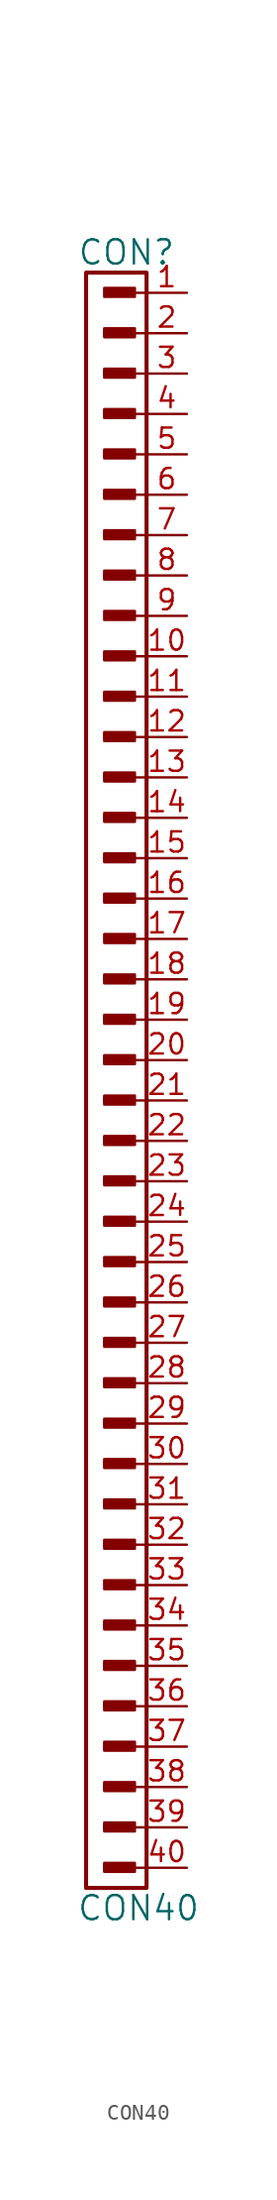
<source format=kicad_sym>
(kicad_symbol_lib
  (version 20211014)
  (generator kicad_symbol_editor)
  (symbol "CON40"
    (pin_names
      (offset 1.016))
    (property "Reference" "CON"
      (at -1.27 50.8 0)
      (effects (font (size 1.524 1.524))))
    (property "Value" "CON40"
      (at -0.508 -53.34 0)
      (effects (font (size 1.524 1.524))))
    (property "Footprint" ""
      (at -1.905 46.99 0)
      (effects (font (size 1.524 1.524))))
    (property "Datasheet" ""
      (at -1.905 46.99 0)
      (effects (font (size 1.524 1.524))))
    (symbol "CON40_0_0"
      (rectangle (start -2.642 -50.952) (end -0.864 -50.597) (stroke (width 0) (type default) (color 0 0 0 0)) (fill (type none)))
      (rectangle (start -2.642 -48.412) (end -0.864 -48.057) (stroke (width 0) (type default) (color 0 0 0 0)) (fill (type none)))
      (rectangle (start -2.642 -45.872) (end -0.864 -45.517) (stroke (width 0) (type default) (color 0 0 0 0)) (fill (type none)))
      (rectangle (start -2.642 -43.332) (end -0.864 -42.977) (stroke (width 0) (type default) (color 0 0 0 0)) (fill (type none)))
      (rectangle (start -2.642 -40.792) (end -0.864 -40.437) (stroke (width 0) (type default) (color 0 0 0 0)) (fill (type none)))
      (rectangle (start -2.642 -38.252) (end -0.864 -37.897) (stroke (width 0) (type default) (color 0 0 0 0)) (fill (type none)))
      (rectangle (start -2.642 -35.712) (end -0.864 -35.357) (stroke (width 0) (type default) (color 0 0 0 0)) (fill (type none)))
      (rectangle (start -2.642 -30.632) (end -0.864 -30.277) (stroke (width 0) (type default) (color 0 0 0 0)) (fill (type none)))
      (rectangle (start -2.642 -28.092) (end -0.864 -27.737) (stroke (width 0) (type default) (color 0 0 0 0)) (fill (type none)))
      (rectangle (start -2.642 -25.552) (end -0.864 -25.197) (stroke (width 0) (type default) (color 0 0 0 0)) (fill (type none)))
      (rectangle (start -2.642 -23.012) (end -0.864 -22.657) (stroke (width 0) (type default) (color 0 0 0 0)) (fill (type none)))
      (rectangle (start -2.642 -20.472) (end -0.864 -20.117) (stroke (width 0) (type default) (color 0 0 0 0)) (fill (type none)))
      (rectangle (start -2.642 -17.932) (end -0.864 -17.577) (stroke (width 0) (type default) (color 0 0 0 0)) (fill (type none)))
      (rectangle (start -2.642 -15.392) (end -0.864 -15.037) (stroke (width 0) (type default) (color 0 0 0 0)) (fill (type none)))
      (rectangle (start -2.642 -10.312) (end -0.864 -9.957) (stroke (width 0) (type default) (color 0 0 0 0)) (fill (type none)))
      (rectangle (start -2.642 -7.772) (end -0.864 -7.417) (stroke (width 0) (type default) (color 0 0 0 0)) (fill (type none)))
      (rectangle (start -2.642 -5.232) (end -0.864 -4.877) (stroke (width 0) (type default) (color 0 0 0 0)) (fill (type none)))
      (rectangle (start -2.642 -2.692) (end -0.864 -2.337) (stroke (width 0) (type default) (color 0 0 0 0)) (fill (type none)))
      (rectangle (start -2.642 -0.152) (end -0.864 0.203) (stroke (width 0) (type default) (color 0 0 0 0)) (fill (type none)))
      (rectangle (start -2.642 2.388) (end -0.864 2.743) (stroke (width 0) (type default) (color 0 0 0 0)) (fill (type none)))
      (rectangle (start -2.642 4.928) (end -0.864 5.283) (stroke (width 0) (type default) (color 0 0 0 0)) (fill (type none)))
      (rectangle (start -2.642 10.008) (end -0.864 10.363) (stroke (width 0) (type default) (color 0 0 0 0)) (fill (type none)))
      (rectangle (start -2.642 12.548) (end -0.864 12.903) (stroke (width 0) (type default) (color 0 0 0 0)) (fill (type none)))
      (rectangle (start -2.642 15.088) (end -0.864 15.443) (stroke (width 0) (type default) (color 0 0 0 0)) (fill (type none)))
      (rectangle (start -2.642 17.628) (end -0.864 17.983) (stroke (width 0) (type default) (color 0 0 0 0)) (fill (type none)))
      (rectangle (start -2.642 20.168) (end -0.864 20.523) (stroke (width 0) (type default) (color 0 0 0 0)) (fill (type none)))
      (rectangle (start -2.642 22.708) (end -0.864 23.063) (stroke (width 0) (type default) (color 0 0 0 0)) (fill (type none)))
      (rectangle (start -2.642 25.248) (end -0.864 25.603) (stroke (width 0) (type default) (color 0 0 0 0)) (fill (type none)))
      (rectangle (start -2.642 30.328) (end -0.864 30.683) (stroke (width 0) (type default) (color 0 0 0 0)) (fill (type none)))
      (rectangle (start -2.642 32.868) (end -0.864 33.223) (stroke (width 0) (type default) (color 0 0 0 0)) (fill (type none)))
      (rectangle (start -2.642 35.408) (end -0.864 35.763) (stroke (width 0) (type default) (color 0 0 0 0)) (fill (type none)))
      (rectangle (start -2.642 37.948) (end -0.864 38.303) (stroke (width 0) (type default) (color 0 0 0 0)) (fill (type none)))
      (rectangle (start -2.642 40.488) (end -0.864 40.843) (stroke (width 0) (type default) (color 0 0 0 0)) (fill (type none)))
      (rectangle (start -2.642 43.028) (end -0.864 43.383) (stroke (width 0) (type default) (color 0 0 0 0)) (fill (type none)))
      (rectangle (start -2.642 45.568) (end -0.864 45.923) (stroke (width 0) (type default) (color 0 0 0 0)) (fill (type none)))
      (rectangle (start -2.616 -50.851) (end -0.965 -50.749) (stroke (width 0) (type default) (color 0 0 0 0)) (fill (type none)))
      (rectangle (start -2.616 -48.311) (end -0.965 -48.209) (stroke (width 0) (type default) (color 0 0 0 0)) (fill (type none)))
      (rectangle (start -2.616 -45.771) (end -0.965 -45.669) (stroke (width 0) (type default) (color 0 0 0 0)) (fill (type none)))
      (rectangle (start -2.616 -43.231) (end -0.965 -43.129) (stroke (width 0) (type default) (color 0 0 0 0)) (fill (type none)))
      (rectangle (start -2.616 -40.691) (end -0.965 -40.589) (stroke (width 0) (type default) (color 0 0 0 0)) (fill (type none)))
      (rectangle (start -2.616 -38.151) (end -0.965 -38.049) (stroke (width 0) (type default) (color 0 0 0 0)) (fill (type none)))
      (rectangle (start -2.616 -35.611) (end -0.965 -35.509) (stroke (width 0) (type default) (color 0 0 0 0)) (fill (type none)))
      (rectangle (start -2.616 -33.172) (end -0.838 -32.817) (stroke (width 0) (type default) (color 0 0 0 0)) (fill (type none)))
      (rectangle (start -2.616 -30.531) (end -0.965 -30.429) (stroke (width 0) (type default) (color 0 0 0 0)) (fill (type none)))
      (rectangle (start -2.616 -27.991) (end -0.965 -27.889) (stroke (width 0) (type default) (color 0 0 0 0)) (fill (type none)))
      (rectangle (start -2.616 -25.451) (end -0.965 -25.349) (stroke (width 0) (type default) (color 0 0 0 0)) (fill (type none)))
      (rectangle (start -2.616 -22.911) (end -0.965 -22.809) (stroke (width 0) (type default) (color 0 0 0 0)) (fill (type none)))
      (rectangle (start -2.616 -20.371) (end -0.965 -20.269) (stroke (width 0) (type default) (color 0 0 0 0)) (fill (type none)))
      (rectangle (start -2.616 -17.831) (end -0.965 -17.729) (stroke (width 0) (type default) (color 0 0 0 0)) (fill (type none)))
      (rectangle (start -2.616 -15.291) (end -0.965 -15.189) (stroke (width 0) (type default) (color 0 0 0 0)) (fill (type none)))
      (rectangle (start -2.616 -12.852) (end -0.838 -12.497) (stroke (width 0) (type default) (color 0 0 0 0)) (fill (type none)))
      (rectangle (start -2.616 -10.211) (end -0.965 -10.109) (stroke (width 0) (type default) (color 0 0 0 0)) (fill (type none)))
      (rectangle (start -2.616 -7.671) (end -0.965 -7.569) (stroke (width 0) (type default) (color 0 0 0 0)) (fill (type none)))
      (rectangle (start -2.616 -5.131) (end -0.965 -5.029) (stroke (width 0) (type default) (color 0 0 0 0)) (fill (type none)))
      (rectangle (start -2.616 -2.591) (end -0.965 -2.489) (stroke (width 0) (type default) (color 0 0 0 0)) (fill (type none)))
      (rectangle (start -2.616 -0.051) (end -0.965 0.051) (stroke (width 0) (type default) (color 0 0 0 0)) (fill (type none)))
      (rectangle (start -2.616 2.489) (end -0.965 2.591) (stroke (width 0) (type default) (color 0 0 0 0)) (fill (type none)))
      (rectangle (start -2.616 5.029) (end -0.965 5.131) (stroke (width 0) (type default) (color 0 0 0 0)) (fill (type none)))
      (rectangle (start -2.616 7.468) (end -0.838 7.823) (stroke (width 0) (type default) (color 0 0 0 0)) (fill (type none)))
      (rectangle (start -2.616 10.109) (end -0.965 10.211) (stroke (width 0) (type default) (color 0 0 0 0)) (fill (type none)))
      (rectangle (start -2.616 12.649) (end -0.965 12.751) (stroke (width 0) (type default) (color 0 0 0 0)) (fill (type none)))
      (rectangle (start -2.616 15.189) (end -0.965 15.291) (stroke (width 0) (type default) (color 0 0 0 0)) (fill (type none)))
      (rectangle (start -2.616 17.729) (end -0.965 17.831) (stroke (width 0) (type default) (color 0 0 0 0)) (fill (type none)))
      (rectangle (start -2.616 20.269) (end -0.965 20.371) (stroke (width 0) (type default) (color 0 0 0 0)) (fill (type none)))
      (rectangle (start -2.616 22.809) (end -0.965 22.911) (stroke (width 0) (type default) (color 0 0 0 0)) (fill (type none)))
      (rectangle (start -2.616 25.349) (end -0.965 25.451) (stroke (width 0) (type default) (color 0 0 0 0)) (fill (type none)))
      (rectangle (start -2.616 27.788) (end -0.838 28.143) (stroke (width 0) (type default) (color 0 0 0 0)) (fill (type none)))
      (rectangle (start -2.616 30.429) (end -0.965 30.531) (stroke (width 0) (type default) (color 0 0 0 0)) (fill (type none)))
      (rectangle (start -2.616 32.969) (end -0.965 33.071) (stroke (width 0) (type default) (color 0 0 0 0)) (fill (type none)))
      (rectangle (start -2.616 35.509) (end -0.965 35.611) (stroke (width 0) (type default) (color 0 0 0 0)) (fill (type none)))
      (rectangle (start -2.616 38.049) (end -0.965 38.151) (stroke (width 0) (type default) (color 0 0 0 0)) (fill (type none)))
      (rectangle (start -2.616 40.589) (end -0.965 40.691) (stroke (width 0) (type default) (color 0 0 0 0)) (fill (type none)))
      (rectangle (start -2.616 43.129) (end -0.965 43.231) (stroke (width 0) (type default) (color 0 0 0 0)) (fill (type none)))
      (rectangle (start -2.616 45.669) (end -0.965 45.771) (stroke (width 0) (type default) (color 0 0 0 0)) (fill (type none)))
      (rectangle (start -2.616 48.108) (end -0.838 48.463) (stroke (width 0) (type default) (color 0 0 0 0)) (fill (type none)))
      (rectangle (start -2.591 -33.045) (end -0.94 -32.944) (stroke (width 0) (type default) (color 0 0 0 0)) (fill (type none)))
      (rectangle (start -2.591 -12.725) (end -0.94 -12.624) (stroke (width 0) (type default) (color 0 0 0 0)) (fill (type none)))
      (rectangle (start -2.591 7.595) (end -0.94 7.696) (stroke (width 0) (type default) (color 0 0 0 0)) (fill (type none)))
      (rectangle (start -2.591 27.915) (end -0.94 28.016) (stroke (width 0) (type default) (color 0 0 0 0)) (fill (type none)))
      (rectangle (start -2.591 48.235) (end -0.94 48.336) (stroke (width 0) (type default) (color 0 0 0 0)) (fill (type none)))
      (rectangle (start -0.965 -50.673) (end -2.642 -50.876) (stroke (width 0) (type default) (color 0 0 0 0)) (fill (type none)))
      (rectangle (start -0.965 -48.133) (end -2.642 -48.336) (stroke (width 0) (type default) (color 0 0 0 0)) (fill (type none)))
      (rectangle (start -0.965 -45.593) (end -2.642 -45.796) (stroke (width 0) (type default) (color 0 0 0 0)) (fill (type none)))
      (rectangle (start -0.965 -43.053) (end -2.642 -43.256) (stroke (width 0) (type default) (color 0 0 0 0)) (fill (type none)))
      (rectangle (start -0.965 -40.513) (end -2.642 -40.716) (stroke (width 0) (type default) (color 0 0 0 0)) (fill (type none)))
      (rectangle (start -0.965 -37.973) (end -2.642 -38.176) (stroke (width 0) (type default) (color 0 0 0 0)) (fill (type none)))
      (rectangle (start -0.965 -35.433) (end -2.642 -35.636) (stroke (width 0) (type default) (color 0 0 0 0)) (fill (type none)))
      (rectangle (start -0.965 -30.353) (end -2.642 -30.556) (stroke (width 0) (type default) (color 0 0 0 0)) (fill (type none)))
      (rectangle (start -0.965 -27.813) (end -2.642 -28.016) (stroke (width 0) (type default) (color 0 0 0 0)) (fill (type none)))
      (rectangle (start -0.965 -25.273) (end -2.642 -25.476) (stroke (width 0) (type default) (color 0 0 0 0)) (fill (type none)))
      (rectangle (start -0.965 -22.733) (end -2.642 -22.936) (stroke (width 0) (type default) (color 0 0 0 0)) (fill (type none)))
      (rectangle (start -0.965 -20.193) (end -2.642 -20.396) (stroke (width 0) (type default) (color 0 0 0 0)) (fill (type none)))
      (rectangle (start -0.965 -17.653) (end -2.642 -17.856) (stroke (width 0) (type default) (color 0 0 0 0)) (fill (type none)))
      (rectangle (start -0.965 -15.113) (end -2.642 -15.316) (stroke (width 0) (type default) (color 0 0 0 0)) (fill (type none)))
      (rectangle (start -0.965 -10.033) (end -2.642 -10.236) (stroke (width 0) (type default) (color 0 0 0 0)) (fill (type none)))
      (rectangle (start -0.965 -7.493) (end -2.642 -7.696) (stroke (width 0) (type default) (color 0 0 0 0)) (fill (type none)))
      (rectangle (start -0.965 -4.953) (end -2.642 -5.156) (stroke (width 0) (type default) (color 0 0 0 0)) (fill (type none)))
      (rectangle (start -0.965 -2.413) (end -2.642 -2.616) (stroke (width 0) (type default) (color 0 0 0 0)) (fill (type none)))
      (rectangle (start -0.965 0.127) (end -2.642 -0.076) (stroke (width 0) (type default) (color 0 0 0 0)) (fill (type none)))
      (rectangle (start -0.965 2.667) (end -2.642 2.464) (stroke (width 0) (type default) (color 0 0 0 0)) (fill (type none)))
      (rectangle (start -0.965 5.207) (end -2.642 5.004) (stroke (width 0) (type default) (color 0 0 0 0)) (fill (type none)))
      (rectangle (start -0.965 10.287) (end -2.642 10.084) (stroke (width 0) (type default) (color 0 0 0 0)) (fill (type none)))
      (rectangle (start -0.965 12.827) (end -2.642 12.624) (stroke (width 0) (type default) (color 0 0 0 0)) (fill (type none)))
      (rectangle (start -0.965 15.367) (end -2.642 15.164) (stroke (width 0) (type default) (color 0 0 0 0)) (fill (type none)))
      (rectangle (start -0.965 17.907) (end -2.642 17.704) (stroke (width 0) (type default) (color 0 0 0 0)) (fill (type none)))
      (rectangle (start -0.965 20.447) (end -2.642 20.244) (stroke (width 0) (type default) (color 0 0 0 0)) (fill (type none)))
      (rectangle (start -0.965 22.987) (end -2.642 22.784) (stroke (width 0) (type default) (color 0 0 0 0)) (fill (type none)))
      (rectangle (start -0.965 25.527) (end -2.642 25.324) (stroke (width 0) (type default) (color 0 0 0 0)) (fill (type none)))
      (rectangle (start -0.965 30.607) (end -2.642 30.404) (stroke (width 0) (type default) (color 0 0 0 0)) (fill (type none)))
      (rectangle (start -0.965 33.147) (end -2.642 32.944) (stroke (width 0) (type default) (color 0 0 0 0)) (fill (type none)))
      (rectangle (start -0.965 35.687) (end -2.642 35.484) (stroke (width 0) (type default) (color 0 0 0 0)) (fill (type none)))
      (rectangle (start -0.965 38.227) (end -2.642 38.024) (stroke (width 0) (type default) (color 0 0 0 0)) (fill (type none)))
      (rectangle (start -0.965 40.767) (end -2.642 40.564) (stroke (width 0) (type default) (color 0 0 0 0)) (fill (type none)))
      (rectangle (start -0.965 43.307) (end -2.642 43.104) (stroke (width 0) (type default) (color 0 0 0 0)) (fill (type none)))
      (rectangle (start -0.965 45.847) (end -2.642 45.644) (stroke (width 0) (type default) (color 0 0 0 0)) (fill (type none)))
      (rectangle (start -0.864 -32.918) (end -2.54 -33.122) (stroke (width 0) (type default) (color 0 0 0 0)) (fill (type none)))
      (rectangle (start -0.864 -12.598) (end -2.54 -12.802) (stroke (width 0) (type default) (color 0 0 0 0)) (fill (type none)))
      (rectangle (start -0.864 7.722) (end -2.54 7.518) (stroke (width 0) (type default) (color 0 0 0 0)) (fill (type none)))
      (rectangle (start -0.864 28.042) (end -2.54 27.838) (stroke (width 0) (type default) (color 0 0 0 0)) (fill (type none)))
      (rectangle (start -0.864 48.362) (end -2.54 48.158) (stroke (width 0) (type default) (color 0 0 0 0)) (fill (type none)))
      (rectangle (start -0.737 -50.495) (end -2.667 -51.054) (stroke (width 0) (type default) (color 0 0 0 0)) (fill (type none)))
      (rectangle (start -0.737 -47.955) (end -2.667 -48.514) (stroke (width 0) (type default) (color 0 0 0 0)) (fill (type none)))
      (rectangle (start -0.737 -45.415) (end -2.667 -45.974) (stroke (width 0) (type default) (color 0 0 0 0)) (fill (type none)))
      (rectangle (start -0.737 -42.875) (end -2.667 -43.434) (stroke (width 0) (type default) (color 0 0 0 0)) (fill (type none)))
      (rectangle (start -0.737 -40.335) (end -2.667 -40.894) (stroke (width 0) (type default) (color 0 0 0 0)) (fill (type none)))
      (rectangle (start -0.737 -37.795) (end -2.667 -38.354) (stroke (width 0) (type default) (color 0 0 0 0)) (fill (type none)))
      (rectangle (start -0.737 -35.255) (end -2.667 -35.814) (stroke (width 0) (type default) (color 0 0 0 0)) (fill (type none)))
      (rectangle (start -0.737 -32.715) (end -2.667 -33.274) (stroke (width 0) (type default) (color 0 0 0 0)) (fill (type none)))
      (rectangle (start -0.737 -30.175) (end -2.667 -30.734) (stroke (width 0) (type default) (color 0 0 0 0)) (fill (type none)))
      (rectangle (start -0.737 -27.635) (end -2.667 -28.194) (stroke (width 0) (type default) (color 0 0 0 0)) (fill (type none)))
      (rectangle (start -0.737 -25.095) (end -2.667 -25.654) (stroke (width 0) (type default) (color 0 0 0 0)) (fill (type none)))
      (rectangle (start -0.737 -22.555) (end -2.667 -23.114) (stroke (width 0) (type default) (color 0 0 0 0)) (fill (type none)))
      (rectangle (start -0.737 -20.015) (end -2.667 -20.574) (stroke (width 0) (type default) (color 0 0 0 0)) (fill (type none)))
      (rectangle (start -0.737 -17.475) (end -2.667 -18.034) (stroke (width 0) (type default) (color 0 0 0 0)) (fill (type none)))
      (rectangle (start -0.737 -14.935) (end -2.667 -15.494) (stroke (width 0) (type default) (color 0 0 0 0)) (fill (type none)))
      (rectangle (start -0.737 -12.395) (end -2.667 -12.954) (stroke (width 0) (type default) (color 0 0 0 0)) (fill (type none)))
      (rectangle (start -0.737 -9.855) (end -2.667 -10.414) (stroke (width 0) (type default) (color 0 0 0 0)) (fill (type none)))
      (rectangle (start -0.737 -7.315) (end -2.667 -7.874) (stroke (width 0) (type default) (color 0 0 0 0)) (fill (type none)))
      (rectangle (start -0.737 -4.775) (end -2.667 -5.334) (stroke (width 0) (type default) (color 0 0 0 0)) (fill (type none)))
      (rectangle (start -0.737 -2.235) (end -2.667 -2.794) (stroke (width 0) (type default) (color 0 0 0 0)) (fill (type none)))
      (rectangle (start -0.737 0.305) (end -2.667 -0.254) (stroke (width 0) (type default) (color 0 0 0 0)) (fill (type none)))
      (rectangle (start -0.737 2.845) (end -2.667 2.286) (stroke (width 0) (type default) (color 0 0 0 0)) (fill (type none)))
      (rectangle (start -0.737 5.385) (end -2.667 4.826) (stroke (width 0) (type default) (color 0 0 0 0)) (fill (type none)))
      (rectangle (start -0.737 7.925) (end -2.667 7.366) (stroke (width 0) (type default) (color 0 0 0 0)) (fill (type none)))
      (rectangle (start -0.737 10.465) (end -2.667 9.906) (stroke (width 0) (type default) (color 0 0 0 0)) (fill (type none)))
      (rectangle (start -0.737 13.005) (end -2.667 12.446) (stroke (width 0) (type default) (color 0 0 0 0)) (fill (type none)))
      (rectangle (start -0.737 15.545) (end -2.667 14.986) (stroke (width 0) (type default) (color 0 0 0 0)) (fill (type none)))
      (rectangle (start -0.737 18.085) (end -2.667 17.526) (stroke (width 0) (type default) (color 0 0 0 0)) (fill (type none)))
      (rectangle (start -0.737 20.625) (end -2.667 20.066) (stroke (width 0) (type default) (color 0 0 0 0)) (fill (type none)))
      (rectangle (start -0.737 23.165) (end -2.667 22.606) (stroke (width 0) (type default) (color 0 0 0 0)) (fill (type none)))
      (rectangle (start -0.737 25.705) (end -2.667 25.146) (stroke (width 0) (type default) (color 0 0 0 0)) (fill (type none)))
      (rectangle (start -0.737 28.245) (end -2.667 27.686) (stroke (width 0) (type default) (color 0 0 0 0)) (fill (type none)))
      (rectangle (start -0.737 30.785) (end -2.667 30.226) (stroke (width 0) (type default) (color 0 0 0 0)) (fill (type none)))
      (rectangle (start -0.737 33.325) (end -2.667 32.766) (stroke (width 0) (type default) (color 0 0 0 0)) (fill (type none)))
      (rectangle (start -0.737 35.865) (end -2.667 35.306) (stroke (width 0) (type default) (color 0 0 0 0)) (fill (type none)))
      (rectangle (start -0.737 38.405) (end -2.667 37.846) (stroke (width 0) (type default) (color 0 0 0 0)) (fill (type none)))
      (rectangle (start -0.737 40.945) (end -2.667 40.386) (stroke (width 0) (type default) (color 0 0 0 0)) (fill (type none)))
      (rectangle (start -0.737 43.485) (end -2.667 42.926) (stroke (width 0) (type default) (color 0 0 0 0)) (fill (type none)))
      (rectangle (start -0.737 46.025) (end -2.667 45.466) (stroke (width 0) (type default) (color 0 0 0 0)) (fill (type none)))
      (rectangle (start -0.737 48.565) (end -2.667 48.006) (stroke (width 0) (type default) (color 0 0 0 0)) (fill (type none)))
      (polyline (pts (xy 0 -50.8) (xy -0.762 -50.8)) (stroke (width 0) (type default) (color 0 0 0 0)) (fill (type none)))
      (polyline (pts (xy 0 -48.26) (xy -0.762 -48.26)) (stroke (width 0) (type default) (color 0 0 0 0)) (fill (type none)))
      (polyline (pts (xy 0 -45.72) (xy -0.762 -45.72)) (stroke (width 0) (type default) (color 0 0 0 0)) (fill (type none)))
      (polyline (pts (xy 0 -43.18) (xy -0.762 -43.18)) (stroke (width 0) (type default) (color 0 0 0 0)) (fill (type none)))
      (polyline (pts (xy 0 -40.64) (xy -0.762 -40.64)) (stroke (width 0) (type default) (color 0 0 0 0)) (fill (type none)))
      (polyline (pts (xy 0 -38.1) (xy -0.762 -38.1)) (stroke (width 0) (type default) (color 0 0 0 0)) (fill (type none)))
      (polyline (pts (xy 0 -35.56) (xy -0.762 -35.56)) (stroke (width 0) (type default) (color 0 0 0 0)) (fill (type none)))
      (polyline (pts (xy 0 -33.02) (xy -0.762 -33.02)) (stroke (width 0) (type default) (color 0 0 0 0)) (fill (type none)))
      (polyline (pts (xy 0 -30.48) (xy -0.762 -30.48)) (stroke (width 0) (type default) (color 0 0 0 0)) (fill (type none)))
      (polyline (pts (xy 0 -27.94) (xy -0.762 -27.94)) (stroke (width 0) (type default) (color 0 0 0 0)) (fill (type none)))
      (polyline (pts (xy 0 -25.4) (xy -0.762 -25.4)) (stroke (width 0) (type default) (color 0 0 0 0)) (fill (type none)))
      (polyline (pts (xy 0 -22.86) (xy -0.762 -22.86)) (stroke (width 0) (type default) (color 0 0 0 0)) (fill (type none)))
      (polyline (pts (xy 0 -20.32) (xy -0.762 -20.32)) (stroke (width 0) (type default) (color 0 0 0 0)) (fill (type none)))
      (polyline (pts (xy 0 -17.78) (xy -0.762 -17.78)) (stroke (width 0) (type default) (color 0 0 0 0)) (fill (type none)))
      (polyline (pts (xy 0 -15.24) (xy -0.762 -15.24)) (stroke (width 0) (type default) (color 0 0 0 0)) (fill (type none)))
      (polyline (pts (xy 0 -12.7) (xy -0.762 -12.7)) (stroke (width 0) (type default) (color 0 0 0 0)) (fill (type none)))
      (polyline (pts (xy 0 -10.16) (xy -0.762 -10.16)) (stroke (width 0) (type default) (color 0 0 0 0)) (fill (type none)))
      (polyline (pts (xy 0 -7.62) (xy -0.762 -7.62)) (stroke (width 0) (type default) (color 0 0 0 0)) (fill (type none)))
      (polyline (pts (xy 0 -5.08) (xy -0.762 -5.08)) (stroke (width 0) (type default) (color 0 0 0 0)) (fill (type none)))
      (polyline (pts (xy 0 -2.54) (xy -0.762 -2.54)) (stroke (width 0) (type default) (color 0 0 0 0)) (fill (type none)))
      (polyline (pts (xy 0 0) (xy -0.762 0)) (stroke (width 0) (type default) (color 0 0 0 0)) (fill (type none)))
      (polyline (pts (xy 0 2.54) (xy -0.762 2.54)) (stroke (width 0) (type default) (color 0 0 0 0)) (fill (type none)))
      (polyline (pts (xy 0 5.08) (xy -0.762 5.08)) (stroke (width 0) (type default) (color 0 0 0 0)) (fill (type none)))
      (polyline (pts (xy 0 7.62) (xy -0.762 7.62)) (stroke (width 0) (type default) (color 0 0 0 0)) (fill (type none)))
      (polyline (pts (xy 0 10.16) (xy -0.762 10.16)) (stroke (width 0) (type default) (color 0 0 0 0)) (fill (type none)))
      (polyline (pts (xy 0 12.7) (xy -0.762 12.7)) (stroke (width 0) (type default) (color 0 0 0 0)) (fill (type none)))
      (polyline (pts (xy 0 15.24) (xy -0.762 15.24)) (stroke (width 0) (type default) (color 0 0 0 0)) (fill (type none)))
      (polyline (pts (xy 0 17.78) (xy -0.762 17.78)) (stroke (width 0) (type default) (color 0 0 0 0)) (fill (type none)))
      (polyline (pts (xy 0 20.32) (xy -0.762 20.32)) (stroke (width 0) (type default) (color 0 0 0 0)) (fill (type none)))
      (polyline (pts (xy 0 22.86) (xy -0.762 22.86)) (stroke (width 0) (type default) (color 0 0 0 0)) (fill (type none)))
      (polyline (pts (xy 0 25.4) (xy -0.762 25.4)) (stroke (width 0) (type default) (color 0 0 0 0)) (fill (type none)))
      (polyline (pts (xy 0 27.94) (xy -0.762 27.94)) (stroke (width 0) (type default) (color 0 0 0 0)) (fill (type none)))
      (polyline (pts (xy 0 30.48) (xy -0.762 30.48)) (stroke (width 0) (type default) (color 0 0 0 0)) (fill (type none)))
      (polyline (pts (xy 0 33.02) (xy -0.762 33.02)) (stroke (width 0) (type default) (color 0 0 0 0)) (fill (type none)))
      (polyline (pts (xy 0 35.56) (xy -0.762 35.56)) (stroke (width 0) (type default) (color 0 0 0 0)) (fill (type none)))
      (polyline (pts (xy 0 38.1) (xy -0.762 38.1)) (stroke (width 0) (type default) (color 0 0 0 0)) (fill (type none)))
      (polyline (pts (xy 0 40.64) (xy -0.762 40.64)) (stroke (width 0) (type default) (color 0 0 0 0)) (fill (type none)))
      (polyline (pts (xy 0 43.18) (xy -0.762 43.18)) (stroke (width 0) (type default) (color 0 0 0 0)) (fill (type none)))
      (polyline (pts (xy 0 45.72) (xy -0.762 45.72)) (stroke (width 0) (type default) (color 0 0 0 0)) (fill (type none)))
      (polyline (pts (xy 0 48.26) (xy -0.762 48.26)) (stroke (width 0) (type default) (color 0 0 0 0)) (fill (type none))))
    (symbol "CON40_0_1"
      (rectangle (start -3.81 49.53) (end 0 -52.07) (stroke (width 0.254) (type default) (color 0 0 0 0)) (fill (type none))))
    (symbol "CON40_1_1"
      (pin passive line (at 2.54 48.26 180) (length 2.54) (name "~" (effects (font (size 1.27 1.27)))) (number "1" (effects (font (size 1.27 1.27)))))
      (pin passive line (at 2.54 25.4 180) (length 2.54) (name "~" (effects (font (size 1.27 1.27)))) (number "10" (effects (font (size 1.27 1.27)))))
      (pin passive line (at 2.54 22.86 180) (length 2.54) (name "~" (effects (font (size 1.27 1.27)))) (number "11" (effects (font (size 1.27 1.27)))))
      (pin passive line (at 2.54 20.32 180) (length 2.54) (name "~" (effects (font (size 1.27 1.27)))) (number "12" (effects (font (size 1.27 1.27)))))
      (pin passive line (at 2.54 17.78 180) (length 2.54) (name "~" (effects (font (size 1.27 1.27)))) (number "13" (effects (font (size 1.27 1.27)))))
      (pin passive line (at 2.54 15.24 180) (length 2.54) (name "~" (effects (font (size 1.27 1.27)))) (number "14" (effects (font (size 1.27 1.27)))))
      (pin passive line (at 2.54 12.7 180) (length 2.54) (name "~" (effects (font (size 1.27 1.27)))) (number "15" (effects (font (size 1.27 1.27)))))
      (pin passive line (at 2.54 10.16 180) (length 2.54) (name "~" (effects (font (size 1.27 1.27)))) (number "16" (effects (font (size 1.27 1.27)))))
      (pin passive line (at 2.54 7.62 180) (length 2.54) (name "~" (effects (font (size 1.27 1.27)))) (number "17" (effects (font (size 1.27 1.27)))))
      (pin passive line (at 2.54 5.08 180) (length 2.54) (name "~" (effects (font (size 1.27 1.27)))) (number "18" (effects (font (size 1.27 1.27)))))
      (pin passive line (at 2.54 2.54 180) (length 2.54) (name "~" (effects (font (size 1.27 1.27)))) (number "19" (effects (font (size 1.27 1.27)))))
      (pin passive line (at 2.54 45.72 180) (length 2.54) (name "~" (effects (font (size 1.27 1.27)))) (number "2" (effects (font (size 1.27 1.27)))))
      (pin passive line (at 2.54 0 180) (length 2.54) (name "~" (effects (font (size 1.27 1.27)))) (number "20" (effects (font (size 1.27 1.27)))))
      (pin passive line (at 2.54 -2.54 180) (length 2.54) (name "~" (effects (font (size 1.27 1.27)))) (number "21" (effects (font (size 1.27 1.27)))))
      (pin passive line (at 2.54 -5.08 180) (length 2.54) (name "~" (effects (font (size 1.27 1.27)))) (number "22" (effects (font (size 1.27 1.27)))))
      (pin passive line (at 2.54 -7.62 180) (length 2.54) (name "~" (effects (font (size 1.27 1.27)))) (number "23" (effects (font (size 1.27 1.27)))))
      (pin passive line (at 2.54 -10.16 180) (length 2.54) (name "~" (effects (font (size 1.27 1.27)))) (number "24" (effects (font (size 1.27 1.27)))))
      (pin passive line (at 2.54 -12.7 180) (length 2.54) (name "~" (effects (font (size 1.27 1.27)))) (number "25" (effects (font (size 1.27 1.27)))))
      (pin passive line (at 2.54 -15.24 180) (length 2.54) (name "~" (effects (font (size 1.27 1.27)))) (number "26" (effects (font (size 1.27 1.27)))))
      (pin passive line (at 2.54 -17.78 180) (length 2.54) (name "~" (effects (font (size 1.27 1.27)))) (number "27" (effects (font (size 1.27 1.27)))))
      (pin passive line (at 2.54 -20.32 180) (length 2.54) (name "~" (effects (font (size 1.27 1.27)))) (number "28" (effects (font (size 1.27 1.27)))))
      (pin passive line (at 2.54 -22.86 180) (length 2.54) (name "~" (effects (font (size 1.27 1.27)))) (number "29" (effects (font (size 1.27 1.27)))))
      (pin passive line (at 2.54 43.18 180) (length 2.54) (name "~" (effects (font (size 1.27 1.27)))) (number "3" (effects (font (size 1.27 1.27)))))
      (pin passive line (at 2.54 -25.4 180) (length 2.54) (name "~" (effects (font (size 1.27 1.27)))) (number "30" (effects (font (size 1.27 1.27)))))
      (pin passive line (at 2.54 -27.94 180) (length 2.54) (name "~" (effects (font (size 1.27 1.27)))) (number "31" (effects (font (size 1.27 1.27)))))
      (pin passive line (at 2.54 -30.48 180) (length 2.54) (name "~" (effects (font (size 1.27 1.27)))) (number "32" (effects (font (size 1.27 1.27)))))
      (pin passive line (at 2.54 -33.02 180) (length 2.54) (name "~" (effects (font (size 1.27 1.27)))) (number "33" (effects (font (size 1.27 1.27)))))
      (pin passive line (at 2.54 -35.56 180) (length 2.54) (name "~" (effects (font (size 1.27 1.27)))) (number "34" (effects (font (size 1.27 1.27)))))
      (pin passive line (at 2.54 -38.1 180) (length 2.54) (name "~" (effects (font (size 1.27 1.27)))) (number "35" (effects (font (size 1.27 1.27)))))
      (pin passive line (at 2.54 -40.64 180) (length 2.54) (name "~" (effects (font (size 1.27 1.27)))) (number "36" (effects (font (size 1.27 1.27)))))
      (pin passive line (at 2.54 -43.18 180) (length 2.54) (name "~" (effects (font (size 1.27 1.27)))) (number "37" (effects (font (size 1.27 1.27)))))
      (pin passive line (at 2.54 -45.72 180) (length 2.54) (name "~" (effects (font (size 1.27 1.27)))) (number "38" (effects (font (size 1.27 1.27)))))
      (pin passive line (at 2.54 -48.26 180) (length 2.54) (name "~" (effects (font (size 1.27 1.27)))) (number "39" (effects (font (size 1.27 1.27)))))
      (pin passive line (at 2.54 40.64 180) (length 2.54) (name "~" (effects (font (size 1.27 1.27)))) (number "4" (effects (font (size 1.27 1.27)))))
      (pin passive line (at 2.54 -50.8 180) (length 2.54) (name "~" (effects (font (size 1.27 1.27)))) (number "40" (effects (font (size 1.27 1.27)))))
      (pin passive line (at 2.54 38.1 180) (length 2.54) (name "~" (effects (font (size 1.27 1.27)))) (number "5" (effects (font (size 1.27 1.27)))))
      (pin passive line (at 2.54 35.56 180) (length 2.54) (name "~" (effects (font (size 1.27 1.27)))) (number "6" (effects (font (size 1.27 1.27)))))
      (pin passive line (at 2.54 33.02 180) (length 2.54) (name "~" (effects (font (size 1.27 1.27)))) (number "7" (effects (font (size 1.27 1.27)))))
      (pin passive line (at 2.54 30.48 180) (length 2.54) (name "~" (effects (font (size 1.27 1.27)))) (number "8" (effects (font (size 1.27 1.27)))))
      (pin passive line (at 2.54 27.94 180) (length 2.54) (name "~" (effects (font (size 1.27 1.27)))) (number "9" (effects (font (size 1.27 1.27))))))))
</source>
